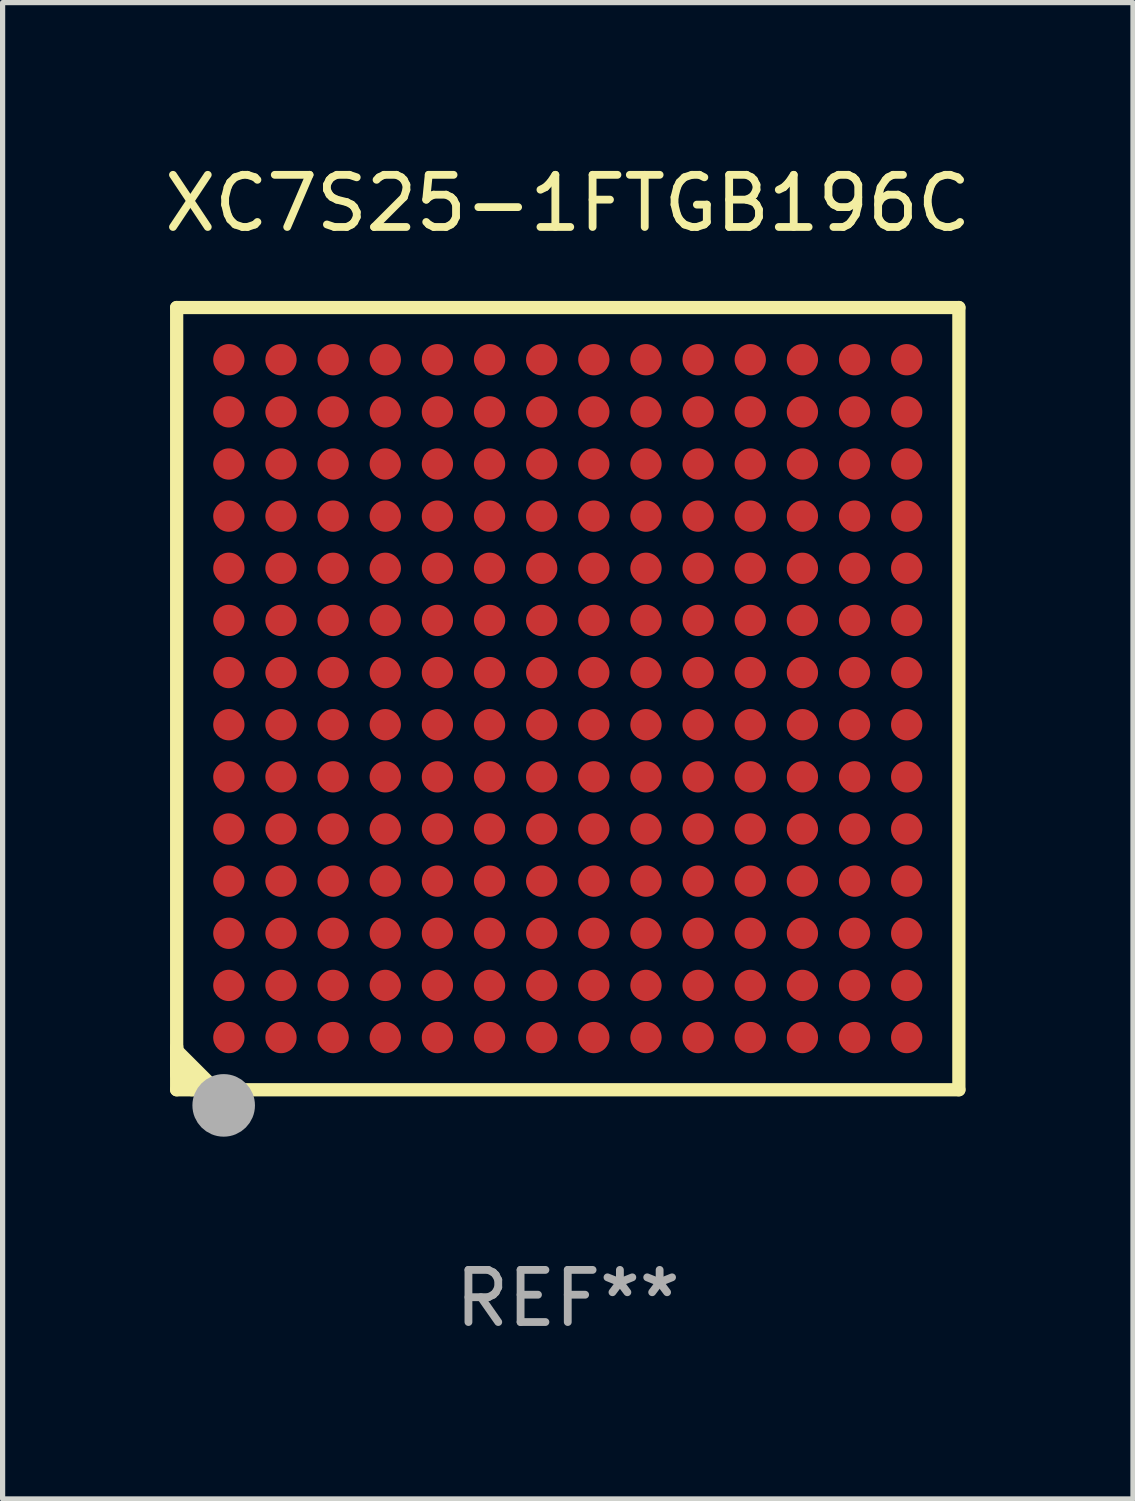
<source format=kicad_pcb>
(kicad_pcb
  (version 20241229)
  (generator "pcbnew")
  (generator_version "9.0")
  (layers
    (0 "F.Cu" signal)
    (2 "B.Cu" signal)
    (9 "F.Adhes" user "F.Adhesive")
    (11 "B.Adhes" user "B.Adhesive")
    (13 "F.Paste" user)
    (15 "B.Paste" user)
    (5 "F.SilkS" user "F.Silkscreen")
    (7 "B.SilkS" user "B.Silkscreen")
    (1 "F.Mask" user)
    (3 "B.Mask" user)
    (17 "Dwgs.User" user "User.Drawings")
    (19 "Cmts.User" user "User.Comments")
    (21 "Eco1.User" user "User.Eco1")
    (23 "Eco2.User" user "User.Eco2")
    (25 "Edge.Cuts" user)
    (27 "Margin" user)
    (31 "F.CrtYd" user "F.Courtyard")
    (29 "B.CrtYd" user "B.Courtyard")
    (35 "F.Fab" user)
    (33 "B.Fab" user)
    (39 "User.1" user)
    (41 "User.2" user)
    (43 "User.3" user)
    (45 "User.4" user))
  (footprint "XC7S25-1FTGB196C"
    (layer "F.Cu")
    (at 7.839 10.349)
    (property "Reference" "XC7S25-1FTGB196C" (at 0 -9.501 0) (layer "F.SilkS") (effects (font (size 1 1) (thickness 0.15))))
    (attr through_hole)
    (fp_line (start -7.501 -7.501) (end 7.501 -7.501) (stroke (width 0.254) (type solid)) (layer "F.SilkS"))
    (fp_line (start -7.501 7.501) (end -7.501 -7.501) (stroke (width 0.254) (type solid)) (layer "F.SilkS"))
    (fp_line (start -7.5 6.677) (end -7.5 6.748) (stroke (width 0.254) (type solid)) (layer "F.SilkS"))
    (fp_line (start -7.5 6.748) (end -6.748 7.5) (stroke (width 0.254) (type solid)) (layer "F.SilkS"))
    (fp_line (start -7.5 6.772) (end -7.5 7.002) (stroke (width 0.254) (type solid)) (layer "F.SilkS"))
    (fp_line (start -7.5 7) (end -7.5 7.209) (stroke (width 0.254) (type solid)) (layer "F.SilkS"))
    (fp_line (start -7.5 7.002) (end -7.002 7.5) (stroke (width 0.254) (type solid)) (layer "F.SilkS"))
    (fp_line (start -7.5 7.209) (end -7.209 7.5) (stroke (width 0.254) (type solid)) (layer "F.SilkS"))
    (fp_line (start 7.501 -7.501) (end 7.501 7.501) (stroke (width 0.254) (type solid)) (layer "F.SilkS"))
    (fp_line (start 7.501 7.501) (end -7.501 7.501) (stroke (width 0.254) (type solid)) (layer "F.SilkS"))
    (fp_circle (center -7.45 7.45) (end -7.4 7.45) (stroke (width 0.1) (type solid)) (fill no) (layer "F.SilkS"))
    (fp_circle (center -6.6 8) (end -6.473 8) (stroke (width 0.254) (type solid)) (fill no) (layer "F.SilkS"))
    (fp_circle (center -6.599 7.801) (end -6.299 7.801) (stroke (width 0.6) (type solid)) (fill no) (layer "F.Fab"))
    (fp_text user "REF**" (at 0 11.501 0) (layer "F.Fab") (effects (font (size 1 1) (thickness 0.15))))
    (pad "A1" smd circle (at -6.5 6.5) (size 0.6 0.6) (layers "F.Cu" "F.Mask" "F.Paste"))
    (pad "A2" smd circle (at -6.5 5.5) (size 0.6 0.6) (layers "F.Cu" "F.Mask" "F.Paste"))
    (pad "A3" smd circle (at -6.5 4.5) (size 0.6 0.6) (layers "F.Cu" "F.Mask" "F.Paste"))
    (pad "A4" smd circle (at -6.5 3.5) (size 0.6 0.6) (layers "F.Cu" "F.Mask" "F.Paste"))
    (pad "A5" smd circle (at -6.5 2.5) (size 0.6 0.6) (layers "F.Cu" "F.Mask" "F.Paste"))
    (pad "A6" smd circle (at -6.5 1.5) (size 0.6 0.6) (layers "F.Cu" "F.Mask" "F.Paste"))
    (pad "A7" smd circle (at -6.5 0.5) (size 0.6 0.6) (layers "F.Cu" "F.Mask" "F.Paste"))
    (pad "A8" smd circle (at -6.5 -0.5) (size 0.6 0.6) (layers "F.Cu" "F.Mask" "F.Paste"))
    (pad "A9" smd circle (at -6.5 -1.5) (size 0.6 0.6) (layers "F.Cu" "F.Mask" "F.Paste"))
    (pad "A10" smd circle (at -6.5 -2.5) (size 0.6 0.6) (layers "F.Cu" "F.Mask" "F.Paste"))
    (pad "A11" smd circle (at -6.5 -3.5) (size 0.6 0.6) (layers "F.Cu" "F.Mask" "F.Paste"))
    (pad "A12" smd circle (at -6.5 -4.5) (size 0.6 0.6) (layers "F.Cu" "F.Mask" "F.Paste"))
    (pad "A13" smd circle (at -6.5 -5.5) (size 0.6 0.6) (layers "F.Cu" "F.Mask" "F.Paste"))
    (pad "A14" smd circle (at -6.5 -6.5) (size 0.6 0.6) (layers "F.Cu" "F.Mask" "F.Paste"))
    (pad "B1" smd circle (at -5.5 6.5) (size 0.6 0.6) (layers "F.Cu" "F.Mask" "F.Paste"))
    (pad "B2" smd circle (at -5.5 5.5) (size 0.6 0.6) (layers "F.Cu" "F.Mask" "F.Paste"))
    (pad "B3" smd circle (at -5.5 4.5) (size 0.6 0.6) (layers "F.Cu" "F.Mask" "F.Paste"))
    (pad "B4" smd circle (at -5.5 3.5) (size 0.6 0.6) (layers "F.Cu" "F.Mask" "F.Paste"))
    (pad "B5" smd circle (at -5.5 2.5) (size 0.6 0.6) (layers "F.Cu" "F.Mask" "F.Paste"))
    (pad "B6" smd circle (at -5.5 1.5) (size 0.6 0.6) (layers "F.Cu" "F.Mask" "F.Paste"))
    (pad "B7" smd circle (at -5.5 0.5) (size 0.6 0.6) (layers "F.Cu" "F.Mask" "F.Paste"))
    (pad "B8" smd circle (at -5.5 -0.5) (size 0.6 0.6) (layers "F.Cu" "F.Mask" "F.Paste"))
    (pad "B9" smd circle (at -5.5 -1.5) (size 0.6 0.6) (layers "F.Cu" "F.Mask" "F.Paste"))
    (pad "B10" smd circle (at -5.5 -2.5) (size 0.6 0.6) (layers "F.Cu" "F.Mask" "F.Paste"))
    (pad "B11" smd circle (at -5.5 -3.5) (size 0.6 0.6) (layers "F.Cu" "F.Mask" "F.Paste"))
    (pad "B12" smd circle (at -5.5 -4.5) (size 0.6 0.6) (layers "F.Cu" "F.Mask" "F.Paste"))
    (pad "B13" smd circle (at -5.5 -5.5) (size 0.6 0.6) (layers "F.Cu" "F.Mask" "F.Paste"))
    (pad "B14" smd circle (at -5.5 -6.5) (size 0.6 0.6) (layers "F.Cu" "F.Mask" "F.Paste"))
    (pad "C1" smd circle (at -4.5 6.5) (size 0.6 0.6) (layers "F.Cu" "F.Mask" "F.Paste"))
    (pad "C2" smd circle (at -4.5 5.5) (size 0.6 0.6) (layers "F.Cu" "F.Mask" "F.Paste"))
    (pad "C3" smd circle (at -4.5 4.5) (size 0.6 0.6) (layers "F.Cu" "F.Mask" "F.Paste"))
    (pad "C4" smd circle (at -4.5 3.5) (size 0.6 0.6) (layers "F.Cu" "F.Mask" "F.Paste"))
    (pad "C5" smd circle (at -4.5 2.5) (size 0.6 0.6) (layers "F.Cu" "F.Mask" "F.Paste"))
    (pad "C6" smd circle (at -4.5 1.5) (size 0.6 0.6) (layers "F.Cu" "F.Mask" "F.Paste"))
    (pad "C7" smd circle (at -4.5 0.5) (size 0.6 0.6) (layers "F.Cu" "F.Mask" "F.Paste"))
    (pad "C8" smd circle (at -4.5 -0.5) (size 0.6 0.6) (layers "F.Cu" "F.Mask" "F.Paste"))
    (pad "C9" smd circle (at -4.5 -1.5) (size 0.6 0.6) (layers "F.Cu" "F.Mask" "F.Paste"))
    (pad "C10" smd circle (at -4.5 -2.5) (size 0.6 0.6) (layers "F.Cu" "F.Mask" "F.Paste"))
    (pad "C11" smd circle (at -4.5 -3.5) (size 0.6 0.6) (layers "F.Cu" "F.Mask" "F.Paste"))
    (pad "C12" smd circle (at -4.5 -4.5) (size 0.6 0.6) (layers "F.Cu" "F.Mask" "F.Paste"))
    (pad "C13" smd circle (at -4.5 -5.5) (size 0.6 0.6) (layers "F.Cu" "F.Mask" "F.Paste"))
    (pad "C14" smd circle (at -4.5 -6.5) (size 0.6 0.6) (layers "F.Cu" "F.Mask" "F.Paste"))
    (pad "D1" smd circle (at -3.5 6.5) (size 0.6 0.6) (layers "F.Cu" "F.Mask" "F.Paste"))
    (pad "D2" smd circle (at -3.5 5.5) (size 0.6 0.6) (layers "F.Cu" "F.Mask" "F.Paste"))
    (pad "D3" smd circle (at -3.5 4.5) (size 0.6 0.6) (layers "F.Cu" "F.Mask" "F.Paste"))
    (pad "D4" smd circle (at -3.5 3.5) (size 0.6 0.6) (layers "F.Cu" "F.Mask" "F.Paste"))
    (pad "D5" smd circle (at -3.5 2.5) (size 0.6 0.6) (layers "F.Cu" "F.Mask" "F.Paste"))
    (pad "D6" smd circle (at -3.5 1.5) (size 0.6 0.6) (layers "F.Cu" "F.Mask" "F.Paste"))
    (pad "D7" smd circle (at -3.5 0.5) (size 0.6 0.6) (layers "F.Cu" "F.Mask" "F.Paste"))
    (pad "D8" smd circle (at -3.5 -0.5) (size 0.6 0.6) (layers "F.Cu" "F.Mask" "F.Paste"))
    (pad "D9" smd circle (at -3.5 -1.5) (size 0.6 0.6) (layers "F.Cu" "F.Mask" "F.Paste"))
    (pad "D10" smd circle (at -3.5 -2.5) (size 0.6 0.6) (layers "F.Cu" "F.Mask" "F.Paste"))
    (pad "D11" smd circle (at -3.5 -3.5) (size 0.6 0.6) (layers "F.Cu" "F.Mask" "F.Paste"))
    (pad "D12" smd circle (at -3.5 -4.5) (size 0.6 0.6) (layers "F.Cu" "F.Mask" "F.Paste"))
    (pad "D13" smd circle (at -3.5 -5.5) (size 0.6 0.6) (layers "F.Cu" "F.Mask" "F.Paste"))
    (pad "D14" smd circle (at -3.5 -6.5) (size 0.6 0.6) (layers "F.Cu" "F.Mask" "F.Paste"))
    (pad "E1" smd circle (at -2.5 6.5) (size 0.6 0.6) (layers "F.Cu" "F.Mask" "F.Paste"))
    (pad "E2" smd circle (at -2.5 5.5) (size 0.6 0.6) (layers "F.Cu" "F.Mask" "F.Paste"))
    (pad "E3" smd circle (at -2.5 4.5) (size 0.6 0.6) (layers "F.Cu" "F.Mask" "F.Paste"))
    (pad "E4" smd circle (at -2.5 3.5) (size 0.6 0.6) (layers "F.Cu" "F.Mask" "F.Paste"))
    (pad "E5" smd circle (at -2.5 2.5) (size 0.6 0.6) (layers "F.Cu" "F.Mask" "F.Paste"))
    (pad "E6" smd circle (at -2.5 1.5) (size 0.6 0.6) (layers "F.Cu" "F.Mask" "F.Paste"))
    (pad "E7" smd circle (at -2.5 0.5) (size 0.6 0.6) (layers "F.Cu" "F.Mask" "F.Paste"))
    (pad "E8" smd circle (at -2.5 -0.5) (size 0.6 0.6) (layers "F.Cu" "F.Mask" "F.Paste"))
    (pad "E9" smd circle (at -2.5 -1.5) (size 0.6 0.6) (layers "F.Cu" "F.Mask" "F.Paste"))
    (pad "E10" smd circle (at -2.5 -2.5) (size 0.6 0.6) (layers "F.Cu" "F.Mask" "F.Paste"))
    (pad "E11" smd circle (at -2.5 -3.5) (size 0.6 0.6) (layers "F.Cu" "F.Mask" "F.Paste"))
    (pad "E12" smd circle (at -2.5 -4.5) (size 0.6 0.6) (layers "F.Cu" "F.Mask" "F.Paste"))
    (pad "E13" smd circle (at -2.5 -5.5) (size 0.6 0.6) (layers "F.Cu" "F.Mask" "F.Paste"))
    (pad "E14" smd circle (at -2.5 -6.5) (size 0.6 0.6) (layers "F.Cu" "F.Mask" "F.Paste"))
    (pad "F1" smd circle (at -1.5 6.5) (size 0.6 0.6) (layers "F.Cu" "F.Mask" "F.Paste"))
    (pad "F2" smd circle (at -1.5 5.5) (size 0.6 0.6) (layers "F.Cu" "F.Mask" "F.Paste"))
    (pad "F3" smd circle (at -1.5 4.5) (size 0.6 0.6) (layers "F.Cu" "F.Mask" "F.Paste"))
    (pad "F4" smd circle (at -1.5 3.5) (size 0.6 0.6) (layers "F.Cu" "F.Mask" "F.Paste"))
    (pad "F5" smd circle (at -1.5 2.5) (size 0.6 0.6) (layers "F.Cu" "F.Mask" "F.Paste"))
    (pad "F6" smd circle (at -1.5 1.5) (size 0.6 0.6) (layers "F.Cu" "F.Mask" "F.Paste"))
    (pad "F7" smd circle (at -1.5 0.5) (size 0.6 0.6) (layers "F.Cu" "F.Mask" "F.Paste"))
    (pad "F8" smd circle (at -1.5 -0.5) (size 0.6 0.6) (layers "F.Cu" "F.Mask" "F.Paste"))
    (pad "F9" smd circle (at -1.5 -1.5) (size 0.6 0.6) (layers "F.Cu" "F.Mask" "F.Paste"))
    (pad "F10" smd circle (at -1.5 -2.5) (size 0.6 0.6) (layers "F.Cu" "F.Mask" "F.Paste"))
    (pad "F11" smd circle (at -1.5 -3.5) (size 0.6 0.6) (layers "F.Cu" "F.Mask" "F.Paste"))
    (pad "F12" smd circle (at -1.5 -4.5) (size 0.6 0.6) (layers "F.Cu" "F.Mask" "F.Paste"))
    (pad "F13" smd circle (at -1.5 -5.5) (size 0.6 0.6) (layers "F.Cu" "F.Mask" "F.Paste"))
    (pad "F14" smd circle (at -1.5 -6.5) (size 0.6 0.6) (layers "F.Cu" "F.Mask" "F.Paste"))
    (pad "G1" smd circle (at -0.5 6.5) (size 0.6 0.6) (layers "F.Cu" "F.Mask" "F.Paste"))
    (pad "G2" smd circle (at -0.5 5.5) (size 0.6 0.6) (layers "F.Cu" "F.Mask" "F.Paste"))
    (pad "G3" smd circle (at -0.5 4.5) (size 0.6 0.6) (layers "F.Cu" "F.Mask" "F.Paste"))
    (pad "G4" smd circle (at -0.5 3.5) (size 0.6 0.6) (layers "F.Cu" "F.Mask" "F.Paste"))
    (pad "G5" smd circle (at -0.5 2.5) (size 0.6 0.6) (layers "F.Cu" "F.Mask" "F.Paste"))
    (pad "G6" smd circle (at -0.5 1.5) (size 0.6 0.6) (layers "F.Cu" "F.Mask" "F.Paste"))
    (pad "G7" smd circle (at -0.5 0.5) (size 0.6 0.6) (layers "F.Cu" "F.Mask" "F.Paste"))
    (pad "G8" smd circle (at -0.5 -0.5) (size 0.6 0.6) (layers "F.Cu" "F.Mask" "F.Paste"))
    (pad "G9" smd circle (at -0.5 -1.5) (size 0.6 0.6) (layers "F.Cu" "F.Mask" "F.Paste"))
    (pad "G10" smd circle (at -0.5 -2.5) (size 0.6 0.6) (layers "F.Cu" "F.Mask" "F.Paste"))
    (pad "G11" smd circle (at -0.5 -3.5) (size 0.6 0.6) (layers "F.Cu" "F.Mask" "F.Paste"))
    (pad "G12" smd circle (at -0.5 -4.5) (size 0.6 0.6) (layers "F.Cu" "F.Mask" "F.Paste"))
    (pad "G13" smd circle (at -0.5 -5.5) (size 0.6 0.6) (layers "F.Cu" "F.Mask" "F.Paste"))
    (pad "G14" smd circle (at -0.5 -6.5) (size 0.6 0.6) (layers "F.Cu" "F.Mask" "F.Paste"))
    (pad "H1" smd circle (at 0.5 6.5) (size 0.6 0.6) (layers "F.Cu" "F.Mask" "F.Paste"))
    (pad "H2" smd circle (at 0.5 5.5) (size 0.6 0.6) (layers "F.Cu" "F.Mask" "F.Paste"))
    (pad "H3" smd circle (at 0.5 4.5) (size 0.6 0.6) (layers "F.Cu" "F.Mask" "F.Paste"))
    (pad "H4" smd circle (at 0.5 3.5) (size 0.6 0.6) (layers "F.Cu" "F.Mask" "F.Paste"))
    (pad "H5" smd circle (at 0.5 2.5) (size 0.6 0.6) (layers "F.Cu" "F.Mask" "F.Paste"))
    (pad "H6" smd circle (at 0.5 1.5) (size 0.6 0.6) (layers "F.Cu" "F.Mask" "F.Paste"))
    (pad "H7" smd circle (at 0.5 0.5) (size 0.6 0.6) (layers "F.Cu" "F.Mask" "F.Paste"))
    (pad "H8" smd circle (at 0.5 -0.5) (size 0.6 0.6) (layers "F.Cu" "F.Mask" "F.Paste"))
    (pad "H9" smd circle (at 0.5 -1.5) (size 0.6 0.6) (layers "F.Cu" "F.Mask" "F.Paste"))
    (pad "H10" smd circle (at 0.5 -2.5) (size 0.6 0.6) (layers "F.Cu" "F.Mask" "F.Paste"))
    (pad "H11" smd circle (at 0.5 -3.5) (size 0.6 0.6) (layers "F.Cu" "F.Mask" "F.Paste"))
    (pad "H12" smd circle (at 0.5 -4.5) (size 0.6 0.6) (layers "F.Cu" "F.Mask" "F.Paste"))
    (pad "H13" smd circle (at 0.5 -5.5) (size 0.6 0.6) (layers "F.Cu" "F.Mask" "F.Paste"))
    (pad "H14" smd circle (at 0.5 -6.5) (size 0.6 0.6) (layers "F.Cu" "F.Mask" "F.Paste"))
    (pad "J1" smd circle (at 1.5 6.5) (size 0.6 0.6) (layers "F.Cu" "F.Mask" "F.Paste"))
    (pad "J2" smd circle (at 1.5 5.5) (size 0.6 0.6) (layers "F.Cu" "F.Mask" "F.Paste"))
    (pad "J3" smd circle (at 1.5 4.5) (size 0.6 0.6) (layers "F.Cu" "F.Mask" "F.Paste"))
    (pad "J4" smd circle (at 1.5 3.5) (size 0.6 0.6) (layers "F.Cu" "F.Mask" "F.Paste"))
    (pad "J5" smd circle (at 1.5 2.5) (size 0.6 0.6) (layers "F.Cu" "F.Mask" "F.Paste"))
    (pad "J6" smd circle (at 1.5 1.5) (size 0.6 0.6) (layers "F.Cu" "F.Mask" "F.Paste"))
    (pad "J7" smd circle (at 1.5 0.5) (size 0.6 0.6) (layers "F.Cu" "F.Mask" "F.Paste"))
    (pad "J8" smd circle (at 1.5 -0.5) (size 0.6 0.6) (layers "F.Cu" "F.Mask" "F.Paste"))
    (pad "J9" smd circle (at 1.5 -1.5) (size 0.6 0.6) (layers "F.Cu" "F.Mask" "F.Paste"))
    (pad "J10" smd circle (at 1.5 -2.5) (size 0.6 0.6) (layers "F.Cu" "F.Mask" "F.Paste"))
    (pad "J11" smd circle (at 1.5 -3.5) (size 0.6 0.6) (layers "F.Cu" "F.Mask" "F.Paste"))
    (pad "J12" smd circle (at 1.5 -4.5) (size 0.6 0.6) (layers "F.Cu" "F.Mask" "F.Paste"))
    (pad "J13" smd circle (at 1.5 -5.5) (size 0.6 0.6) (layers "F.Cu" "F.Mask" "F.Paste"))
    (pad "J14" smd circle (at 1.5 -6.5) (size 0.6 0.6) (layers "F.Cu" "F.Mask" "F.Paste"))
    (pad "K1" smd circle (at 2.5 6.5) (size 0.6 0.6) (layers "F.Cu" "F.Mask" "F.Paste"))
    (pad "K2" smd circle (at 2.5 5.5) (size 0.6 0.6) (layers "F.Cu" "F.Mask" "F.Paste"))
    (pad "K3" smd circle (at 2.5 4.5) (size 0.6 0.6) (layers "F.Cu" "F.Mask" "F.Paste"))
    (pad "K4" smd circle (at 2.5 3.5) (size 0.6 0.6) (layers "F.Cu" "F.Mask" "F.Paste"))
    (pad "K5" smd circle (at 2.5 2.5) (size 0.6 0.6) (layers "F.Cu" "F.Mask" "F.Paste"))
    (pad "K6" smd circle (at 2.5 1.5) (size 0.6 0.6) (layers "F.Cu" "F.Mask" "F.Paste"))
    (pad "K7" smd circle (at 2.5 0.5) (size 0.6 0.6) (layers "F.Cu" "F.Mask" "F.Paste"))
    (pad "K8" smd circle (at 2.5 -0.5) (size 0.6 0.6) (layers "F.Cu" "F.Mask" "F.Paste"))
    (pad "K9" smd circle (at 2.5 -1.5) (size 0.6 0.6) (layers "F.Cu" "F.Mask" "F.Paste"))
    (pad "K10" smd circle (at 2.5 -2.5) (size 0.6 0.6) (layers "F.Cu" "F.Mask" "F.Paste"))
    (pad "K11" smd circle (at 2.5 -3.5) (size 0.6 0.6) (layers "F.Cu" "F.Mask" "F.Paste"))
    (pad "K12" smd circle (at 2.5 -4.5) (size 0.6 0.6) (layers "F.Cu" "F.Mask" "F.Paste"))
    (pad "K13" smd circle (at 2.5 -5.5) (size 0.6 0.6) (layers "F.Cu" "F.Mask" "F.Paste"))
    (pad "K14" smd circle (at 2.5 -6.5) (size 0.6 0.6) (layers "F.Cu" "F.Mask" "F.Paste"))
    (pad "L1" smd circle (at 3.5 6.5) (size 0.6 0.6) (layers "F.Cu" "F.Mask" "F.Paste"))
    (pad "L2" smd circle (at 3.5 5.5) (size 0.6 0.6) (layers "F.Cu" "F.Mask" "F.Paste"))
    (pad "L3" smd circle (at 3.5 4.5) (size 0.6 0.6) (layers "F.Cu" "F.Mask" "F.Paste"))
    (pad "L4" smd circle (at 3.5 3.5) (size 0.6 0.6) (layers "F.Cu" "F.Mask" "F.Paste"))
    (pad "L5" smd circle (at 3.5 2.5) (size 0.6 0.6) (layers "F.Cu" "F.Mask" "F.Paste"))
    (pad "L6" smd circle (at 3.5 1.5) (size 0.6 0.6) (layers "F.Cu" "F.Mask" "F.Paste"))
    (pad "L7" smd circle (at 3.5 0.5) (size 0.6 0.6) (layers "F.Cu" "F.Mask" "F.Paste"))
    (pad "L8" smd circle (at 3.5 -0.5) (size 0.6 0.6) (layers "F.Cu" "F.Mask" "F.Paste"))
    (pad "L9" smd circle (at 3.5 -1.5) (size 0.6 0.6) (layers "F.Cu" "F.Mask" "F.Paste"))
    (pad "L10" smd circle (at 3.5 -2.5) (size 0.6 0.6) (layers "F.Cu" "F.Mask" "F.Paste"))
    (pad "L11" smd circle (at 3.5 -3.5) (size 0.6 0.6) (layers "F.Cu" "F.Mask" "F.Paste"))
    (pad "L12" smd circle (at 3.5 -4.5) (size 0.6 0.6) (layers "F.Cu" "F.Mask" "F.Paste"))
    (pad "L13" smd circle (at 3.5 -5.5) (size 0.6 0.6) (layers "F.Cu" "F.Mask" "F.Paste"))
    (pad "L14" smd circle (at 3.5 -6.5) (size 0.6 0.6) (layers "F.Cu" "F.Mask" "F.Paste"))
    (pad "M1" smd circle (at 4.5 6.5) (size 0.6 0.6) (layers "F.Cu" "F.Mask" "F.Paste"))
    (pad "M2" smd circle (at 4.5 5.5) (size 0.6 0.6) (layers "F.Cu" "F.Mask" "F.Paste"))
    (pad "M3" smd circle (at 4.5 4.5) (size 0.6 0.6) (layers "F.Cu" "F.Mask" "F.Paste"))
    (pad "M4" smd circle (at 4.5 3.5) (size 0.6 0.6) (layers "F.Cu" "F.Mask" "F.Paste"))
    (pad "M5" smd circle (at 4.5 2.5) (size 0.6 0.6) (layers "F.Cu" "F.Mask" "F.Paste"))
    (pad "M6" smd circle (at 4.5 1.5) (size 0.6 0.6) (layers "F.Cu" "F.Mask" "F.Paste"))
    (pad "M7" smd circle (at 4.5 0.5) (size 0.6 0.6) (layers "F.Cu" "F.Mask" "F.Paste"))
    (pad "M8" smd circle (at 4.5 -0.5) (size 0.6 0.6) (layers "F.Cu" "F.Mask" "F.Paste"))
    (pad "M9" smd circle (at 4.5 -1.5) (size 0.6 0.6) (layers "F.Cu" "F.Mask" "F.Paste"))
    (pad "M10" smd circle (at 4.5 -2.5) (size 0.6 0.6) (layers "F.Cu" "F.Mask" "F.Paste"))
    (pad "M11" smd circle (at 4.5 -3.5) (size 0.6 0.6) (layers "F.Cu" "F.Mask" "F.Paste"))
    (pad "M12" smd circle (at 4.5 -4.5) (size 0.6 0.6) (layers "F.Cu" "F.Mask" "F.Paste"))
    (pad "M13" smd circle (at 4.5 -5.5) (size 0.6 0.6) (layers "F.Cu" "F.Mask" "F.Paste"))
    (pad "M14" smd circle (at 4.5 -6.5) (size 0.6 0.6) (layers "F.Cu" "F.Mask" "F.Paste"))
    (pad "N1" smd circle (at 5.5 6.5) (size 0.6 0.6) (layers "F.Cu" "F.Mask" "F.Paste"))
    (pad "N2" smd circle (at 5.5 5.5) (size 0.6 0.6) (layers "F.Cu" "F.Mask" "F.Paste"))
    (pad "N3" smd circle (at 5.5 4.5) (size 0.6 0.6) (layers "F.Cu" "F.Mask" "F.Paste"))
    (pad "N4" smd circle (at 5.5 3.5) (size 0.6 0.6) (layers "F.Cu" "F.Mask" "F.Paste"))
    (pad "N5" smd circle (at 5.5 2.5) (size 0.6 0.6) (layers "F.Cu" "F.Mask" "F.Paste"))
    (pad "N6" smd circle (at 5.5 1.5) (size 0.6 0.6) (layers "F.Cu" "F.Mask" "F.Paste"))
    (pad "N7" smd circle (at 5.5 0.5) (size 0.6 0.6) (layers "F.Cu" "F.Mask" "F.Paste"))
    (pad "N8" smd circle (at 5.5 -0.5) (size 0.6 0.6) (layers "F.Cu" "F.Mask" "F.Paste"))
    (pad "N9" smd circle (at 5.5 -1.5) (size 0.6 0.6) (layers "F.Cu" "F.Mask" "F.Paste"))
    (pad "N10" smd circle (at 5.5 -2.5) (size 0.6 0.6) (layers "F.Cu" "F.Mask" "F.Paste"))
    (pad "N11" smd circle (at 5.5 -3.5) (size 0.6 0.6) (layers "F.Cu" "F.Mask" "F.Paste"))
    (pad "N12" smd circle (at 5.5 -4.5) (size 0.6 0.6) (layers "F.Cu" "F.Mask" "F.Paste"))
    (pad "N13" smd circle (at 5.5 -5.5) (size 0.6 0.6) (layers "F.Cu" "F.Mask" "F.Paste"))
    (pad "N14" smd circle (at 5.5 -6.5) (size 0.6 0.6) (layers "F.Cu" "F.Mask" "F.Paste"))
    (pad "P1" smd circle (at 6.5 6.5) (size 0.6 0.6) (layers "F.Cu" "F.Mask" "F.Paste"))
    (pad "P2" smd circle (at 6.5 5.5) (size 0.6 0.6) (layers "F.Cu" "F.Mask" "F.Paste"))
    (pad "P3" smd circle (at 6.5 4.5) (size 0.6 0.6) (layers "F.Cu" "F.Mask" "F.Paste"))
    (pad "P4" smd circle (at 6.5 3.5) (size 0.6 0.6) (layers "F.Cu" "F.Mask" "F.Paste"))
    (pad "P5" smd circle (at 6.5 2.5) (size 0.6 0.6) (layers "F.Cu" "F.Mask" "F.Paste"))
    (pad "P6" smd circle (at 6.5 1.5) (size 0.6 0.6) (layers "F.Cu" "F.Mask" "F.Paste"))
    (pad "P7" smd circle (at 6.5 0.5) (size 0.6 0.6) (layers "F.Cu" "F.Mask" "F.Paste"))
    (pad "P8" smd circle (at 6.5 -0.5) (size 0.6 0.6) (layers "F.Cu" "F.Mask" "F.Paste"))
    (pad "P9" smd circle (at 6.5 -1.5) (size 0.6 0.6) (layers "F.Cu" "F.Mask" "F.Paste"))
    (pad "P10" smd circle (at 6.5 -2.5) (size 0.6 0.6) (layers "F.Cu" "F.Mask" "F.Paste"))
    (pad "P11" smd circle (at 6.5 -3.5) (size 0.6 0.6) (layers "F.Cu" "F.Mask" "F.Paste"))
    (pad "P12" smd circle (at 6.5 -4.5) (size 0.6 0.6) (layers "F.Cu" "F.Mask" "F.Paste"))
    (pad "P13" smd circle (at 6.5 -5.5) (size 0.6 0.6) (layers "F.Cu" "F.Mask" "F.Paste"))
    (pad "P14" smd circle (at 6.5 -6.5) (size 0.6 0.6) (layers "F.Cu" "F.Mask" "F.Paste")))
  (gr_rect
    (start -3 -3)
    (end 18.679 25.698)
    (stroke (width 0.1) (type default))
    (fill no)
    (layer "Edge.Cuts")))
</source>
